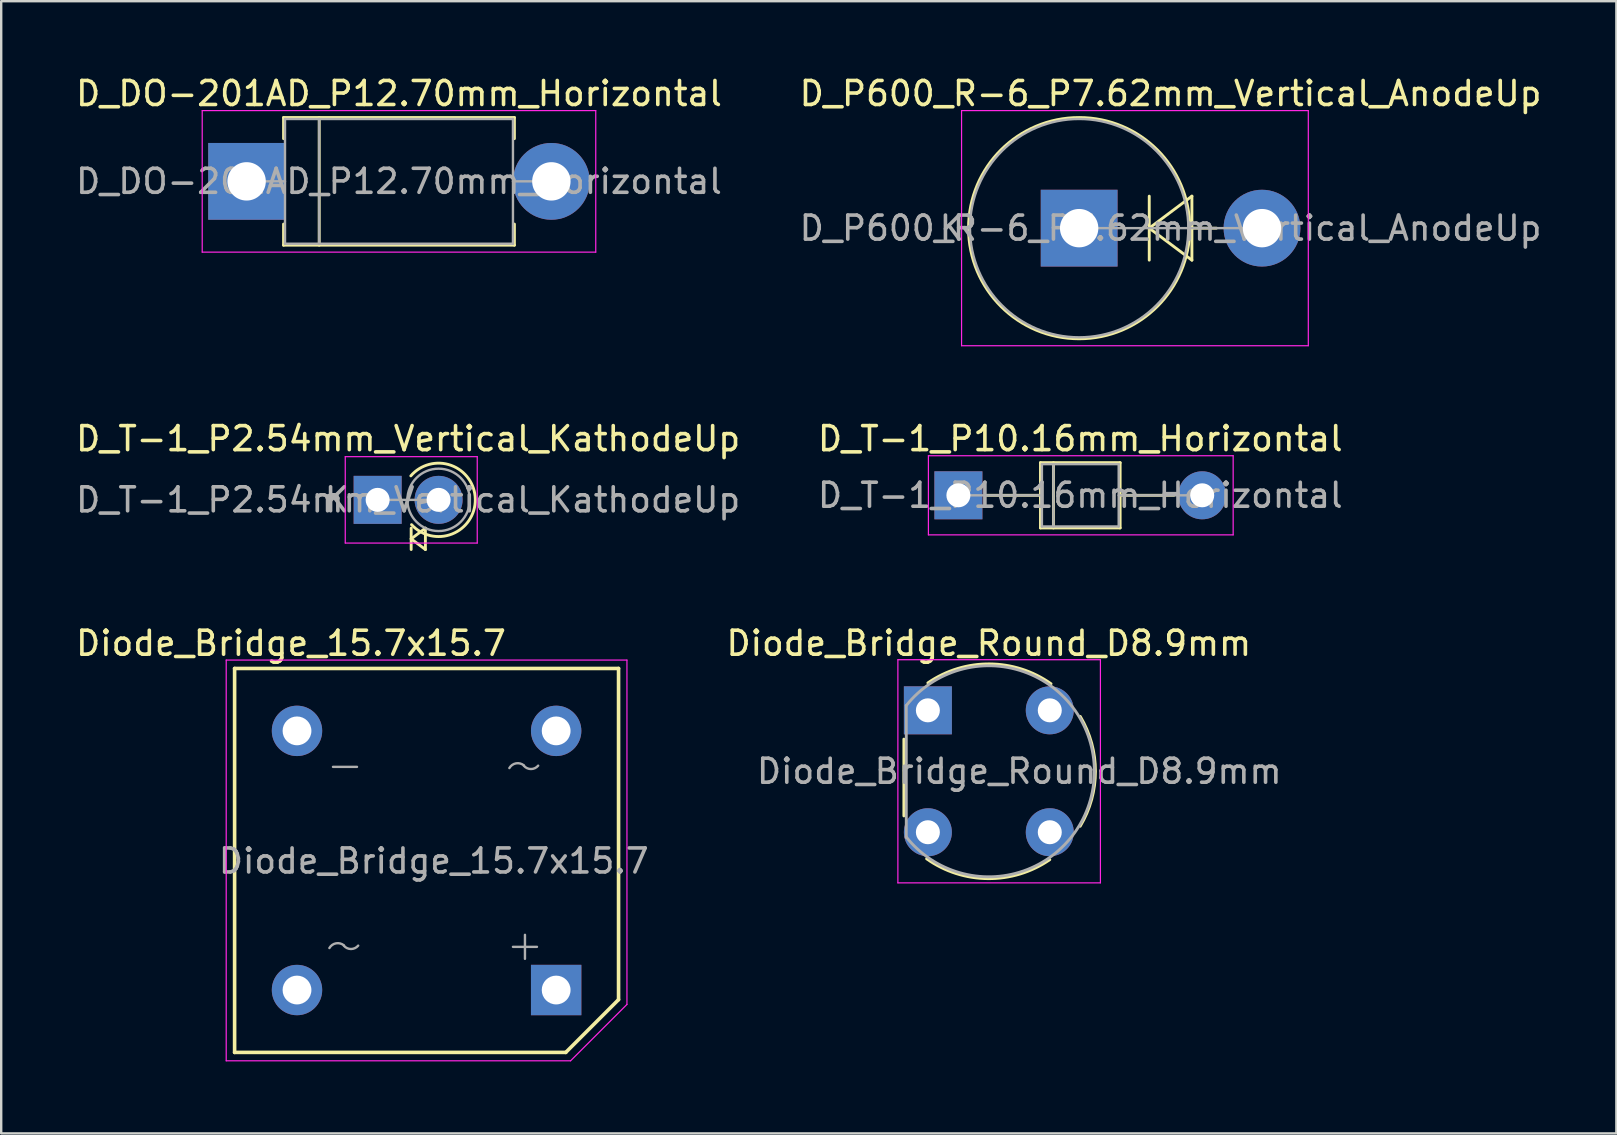
<source format=kicad_pcb>
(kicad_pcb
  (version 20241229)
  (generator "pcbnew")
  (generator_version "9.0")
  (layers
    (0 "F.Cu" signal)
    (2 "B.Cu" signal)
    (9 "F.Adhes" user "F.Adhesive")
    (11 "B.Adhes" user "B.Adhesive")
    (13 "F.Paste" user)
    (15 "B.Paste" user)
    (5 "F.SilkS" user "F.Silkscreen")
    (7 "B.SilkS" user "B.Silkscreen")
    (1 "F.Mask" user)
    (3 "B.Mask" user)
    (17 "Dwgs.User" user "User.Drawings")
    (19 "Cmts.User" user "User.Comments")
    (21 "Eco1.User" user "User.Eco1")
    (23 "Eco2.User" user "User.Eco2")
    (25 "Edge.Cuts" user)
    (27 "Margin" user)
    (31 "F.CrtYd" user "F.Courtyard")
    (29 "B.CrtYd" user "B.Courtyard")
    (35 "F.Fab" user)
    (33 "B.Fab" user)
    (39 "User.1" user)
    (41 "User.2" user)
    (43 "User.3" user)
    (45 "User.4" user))
  (footprint "D_T-1_P2.54mm_Vertical_KathodeUp"
    (layer "F.Cu")
    (at 12.688 17.781)
    (property "Reference" "D_T-1_P2.54mm_Vertical_KathodeUp" (at 1.27 -2.549 0) (layer "F.SilkS") (effects (font (size 1 1) (thickness 0.15))))
    (attr through_hole)
    (fp_line (start 1.397 1.18) (end 1.397 2.069) (stroke (width 0.12) (type solid)) (layer "F.SilkS"))
    (fp_line (start 1.397 1.625) (end 1.99 1.18) (stroke (width 0.12) (type solid)) (layer "F.SilkS"))
    (fp_line (start 1.99 1.18) (end 1.99 2.069) (stroke (width 0.12) (type solid)) (layer "F.SilkS"))
    (fp_line (start 1.99 2.069) (end 1.397 1.625) (stroke (width 0.12) (type solid)) (layer "F.SilkS"))
    (fp_arc (start 1.382778 -1) (mid 4.069276 -0.021846) (end 1.411815 1.032648) (stroke (width 0.12) (type solid)) (layer "F.SilkS"))
    (fp_line (start -1.35 -1.8) (end -1.35 1.8) (stroke (width 0.05) (type solid)) (layer "F.CrtYd"))
    (fp_line (start -1.35 1.8) (end 4.15 1.8) (stroke (width 0.05) (type solid)) (layer "F.CrtYd"))
    (fp_line (start 4.15 -1.8) (end -1.35 -1.8) (stroke (width 0.05) (type solid)) (layer "F.CrtYd"))
    (fp_line (start 4.15 1.8) (end 4.15 -1.8) (stroke (width 0.05) (type solid)) (layer "F.CrtYd"))
    (fp_line (start 0 0) (end 2.54 0) (stroke (width 0.1) (type solid)) (layer "F.Fab"))
    (fp_circle (center 2.54 0) (end 3.84 0) (stroke (width 0.1) (type solid)) (fill no) (layer "F.Fab"))
    (fp_text user "K" (at -1.7 0 0) (layer "F.Fab") (effects (font (size 1 1) (thickness 0.15))))
    (fp_text user "${REFERENCE}" (at 1.27 0 0) (layer "F.Fab") (effects (font (size 1 1) (thickness 0.15))))
    (pad "1" thru_hole rect (at 0 0) (size 2 2) (drill 1) (layers "*.Cu" "*.Mask"))
    (pad "2" thru_hole oval (at 2.54 0) (size 2 2) (drill 1) (layers "*.Cu" "*.Mask")))
  (footprint "D_T-1_P10.16mm_Horizontal"
    (layer "F.Cu")
    (at 36.89 17.591)
    (property "Reference" "D_T-1_P10.16mm_Horizontal" (at 5.08 -2.36 0) (layer "F.SilkS") (effects (font (size 1 1) (thickness 0.15))))
    (attr through_hole)
    (fp_line (start 1.18 0) (end 3.42 0) (stroke (width 0.12) (type solid)) (layer "F.SilkS"))
    (fp_line (start 3.42 -1.36) (end 3.42 1.36) (stroke (width 0.12) (type solid)) (layer "F.SilkS"))
    (fp_line (start 3.42 1.36) (end 6.74 1.36) (stroke (width 0.12) (type solid)) (layer "F.SilkS"))
    (fp_line (start 3.96 -1.36) (end 3.96 1.36) (stroke (width 0.12) (type solid)) (layer "F.SilkS"))
    (fp_line (start 6.74 -1.36) (end 3.42 -1.36) (stroke (width 0.12) (type solid)) (layer "F.SilkS"))
    (fp_line (start 6.74 1.36) (end 6.74 -1.36) (stroke (width 0.12) (type solid)) (layer "F.SilkS"))
    (fp_line (start 8.98 0) (end 6.74 0) (stroke (width 0.12) (type solid)) (layer "F.SilkS"))
    (fp_line (start -1.25 -1.65) (end -1.25 1.65) (stroke (width 0.05) (type solid)) (layer "F.CrtYd"))
    (fp_line (start -1.25 1.65) (end 11.45 1.65) (stroke (width 0.05) (type solid)) (layer "F.CrtYd"))
    (fp_line (start 11.45 -1.65) (end -1.25 -1.65) (stroke (width 0.05) (type solid)) (layer "F.CrtYd"))
    (fp_line (start 11.45 1.65) (end 11.45 -1.65) (stroke (width 0.05) (type solid)) (layer "F.CrtYd"))
    (fp_line (start 0 0) (end 3.48 0) (stroke (width 0.1) (type solid)) (layer "F.Fab"))
    (fp_line (start 3.48 -1.3) (end 3.48 1.3) (stroke (width 0.1) (type solid)) (layer "F.Fab"))
    (fp_line (start 3.48 1.3) (end 6.68 1.3) (stroke (width 0.1) (type solid)) (layer "F.Fab"))
    (fp_line (start 3.96 -1.3) (end 3.96 1.3) (stroke (width 0.1) (type solid)) (layer "F.Fab"))
    (fp_line (start 6.68 -1.3) (end 3.48 -1.3) (stroke (width 0.1) (type solid)) (layer "F.Fab"))
    (fp_line (start 6.68 1.3) (end 6.68 -1.3) (stroke (width 0.1) (type solid)) (layer "F.Fab"))
    (fp_line (start 10.16 0) (end 6.68 0) (stroke (width 0.1) (type solid)) (layer "F.Fab"))
    (fp_text user "${REFERENCE}" (at 5.08 0 0) (layer "F.Fab") (effects (font (size 1 1) (thickness 0.15))))
    (pad "1" thru_hole rect (at 0 0) (size 2 2) (drill 1) (layers "*.Cu" "*.Mask"))
    (pad "2" thru_hole oval (at 10.16 0) (size 2 2) (drill 1) (layers "*.Cu" "*.Mask")))
  (footprint "D_P600_R-6_P7.62mm_Vertical_AnodeUp"
    (layer "F.Cu")
    (at 41.922 6.458)
    (property "Reference" "D_P600_R-6_P7.62mm_Vertical_AnodeUp" (at 3.81 -5.61 0) (layer "F.SilkS") (effects (font (size 1 1) (thickness 0.15))))
    (attr through_hole)
    (fp_line (start 2.921 -1.333) (end 2.921 1.333) (stroke (width 0.12) (type solid)) (layer "F.SilkS"))
    (fp_line (start 2.921 0) (end 4.699 -1.333) (stroke (width 0.12) (type solid)) (layer "F.SilkS"))
    (fp_line (start 4.61 0) (end 5.72 0) (stroke (width 0.12) (type solid)) (layer "F.SilkS"))
    (fp_line (start 4.699 -1.333) (end 4.699 1.333) (stroke (width 0.12) (type solid)) (layer "F.SilkS"))
    (fp_line (start 4.699 1.333) (end 2.921 0) (stroke (width 0.12) (type solid)) (layer "F.SilkS"))
    (fp_circle (center 0 0) (end 4.61 0) (stroke (width 0.12) (type solid)) (fill no) (layer "F.SilkS"))
    (fp_line (start -4.9 -4.9) (end -4.9 4.9) (stroke (width 0.05) (type solid)) (layer "F.CrtYd"))
    (fp_line (start -4.9 4.9) (end 9.55 4.9) (stroke (width 0.05) (type solid)) (layer "F.CrtYd"))
    (fp_line (start 9.55 -4.9) (end -4.9 -4.9) (stroke (width 0.05) (type solid)) (layer "F.CrtYd"))
    (fp_line (start 9.55 4.9) (end 9.55 -4.9) (stroke (width 0.05) (type solid)) (layer "F.CrtYd"))
    (fp_line (start 0 0) (end 7.62 0) (stroke (width 0.1) (type solid)) (layer "F.Fab"))
    (fp_circle (center 0 0) (end 4.55 0) (stroke (width 0.1) (type solid)) (fill no) (layer "F.Fab"))
    (fp_text user "${REFERENCE}" (at 3.81 0 0) (layer "F.Fab") (effects (font (size 1 1) (thickness 0.15))))
    (fp_text user "K" (at -5.31 0 0) (layer "F.Fab") (effects (font (size 1 1) (thickness 0.15))))
    (pad "1" thru_hole rect (at 0 0) (size 3.2 3.2) (drill 1.6) (layers "*.Cu" "*.Mask"))
    (pad "2" thru_hole oval (at 7.62 0) (size 3.2 3.2) (drill 1.6) (layers "*.Cu" "*.Mask")))
  (footprint "Diode_Bridge_Round_D8.9mm"
    (layer "F.Cu")
    (at 35.618 26.552)
    (property "Reference" "Diode_Bridge_Round_D8.9mm" (at 2.54 -2.794 0) (layer "F.SilkS") (effects (font (size 1 1) (thickness 0.15))))
    (attr through_hole)
    (fp_line (start -1 1.2) (end -1 4.4) (stroke (width 0.12) (type solid)) (layer "F.SilkS"))
    (fp_arc (start 0 -1.143) (mid 2.571836 -1.933821) (end 5.132157 -1.106479) (stroke (width 0.12) (type solid)) (layer "F.SilkS"))
    (fp_arc (start 5.08 6.223) (mid 2.508164 7.013821) (end -0.052157 6.186479) (stroke (width 0.12) (type solid)) (layer "F.SilkS"))
    (fp_arc (start 6.35 0.254) (mid 6.983184 2.54281) (end 6.347105 4.830818) (stroke (width 0.12) (type solid)) (layer "F.SilkS"))
    (fp_line (start -1.25 -2.11) (end -1.25 7.19) (stroke (width 0.05) (type solid)) (layer "F.CrtYd"))
    (fp_line (start -1.25 -2.11) (end 7.19 -2.11) (stroke (width 0.05) (type solid)) (layer "F.CrtYd"))
    (fp_line (start 7.19 7.19) (end -1.25 7.19) (stroke (width 0.05) (type solid)) (layer "F.CrtYd"))
    (fp_line (start 7.19 7.19) (end 7.19 -2.11) (stroke (width 0.05) (type solid)) (layer "F.CrtYd"))
    (fp_line (start -0.9 -0.2) (end -0.9 5.3) (stroke (width 0.12) (type solid)) (layer "F.Fab"))
    (fp_arc (start -0.9 -0.2) (mid 6.937862 2.542896) (end -0.903606 5.275467) (stroke (width 0.12) (type solid)) (layer "F.Fab"))
    (fp_text user "${REFERENCE}" (at 3.81 2.54 0) (layer "F.Fab") (effects (font (size 1 1) (thickness 0.15))))
    (pad "1" thru_hole rect (at 0 0) (size 2 2) (drill 1) (layers "*.Cu" "*.Mask"))
    (pad "2" thru_hole oval (at 0 5.08) (size 2 2) (drill 1) (layers "*.Cu" "*.Mask"))
    (pad "3" thru_hole oval (at 5.08 5.08) (size 2 2) (drill 1) (layers "*.Cu" "*.Mask"))
    (pad "4" thru_hole oval (at 5.08 0) (size 2 2) (drill 1) (layers "*.Cu" "*.Mask")))
  (footprint "Diode_Bridge_15.7x15.7"
    (layer "F.Cu")
    (at 9.327 27.408)
    (property "Reference" "Diode_Bridge_15.7x15.7" (at -0.25 -3.65 0) (layer "F.SilkS") (effects (font (size 1 1) (thickness 0.15))))
    (attr through_hole)
    (fp_line (start -2.6 -2.6) (end 13.4 -2.6) (stroke (width 0.15) (type solid)) (layer "F.SilkS"))
    (fp_line (start -2.6 13.4) (end -2.6 -2.6) (stroke (width 0.15) (type solid)) (layer "F.SilkS"))
    (fp_line (start 11.2 13.4) (end -2.6 13.4) (stroke (width 0.15) (type solid)) (layer "F.SilkS"))
    (fp_line (start 13.4 -2.6) (end 13.4 11.2) (stroke (width 0.15) (type solid)) (layer "F.SilkS"))
    (fp_line (start 13.4 11.2) (end 11.2 13.4) (stroke (width 0.15) (type solid)) (layer "F.SilkS"))
    (fp_line (start -2.95 -2.95) (end 13.75 -2.95) (stroke (width 0.05) (type solid)) (layer "F.CrtYd"))
    (fp_line (start -2.95 13.75) (end -2.95 -2.95) (stroke (width 0.05) (type solid)) (layer "F.CrtYd"))
    (fp_line (start 11.4 13.75) (end -2.95 13.75) (stroke (width 0.05) (type solid)) (layer "F.CrtYd"))
    (fp_line (start 13.75 -2.95) (end 13.75 11.4) (stroke (width 0.05) (type solid)) (layer "F.CrtYd"))
    (fp_line (start 13.75 11.4) (end 11.4 13.75) (stroke (width 0.05) (type solid)) (layer "F.CrtYd"))
    (fp_line (start 2.5 1.5) (end 1.5 1.5) (stroke (width 0.1) (type solid)) (layer "F.Fab"))
    (fp_line (start 9 9) (end 10 9) (stroke (width 0.1) (type solid)) (layer "F.Fab"))
    (fp_line (start 9.5 8.5) (end 9.5 9.5) (stroke (width 0.1) (type solid)) (layer "F.Fab"))
    (fp_arc (start 1.35 9.05) (mid 1.628233 8.853327) (end 1.957738 8.940047) (stroke (width 0.1) (type solid)) (layer "F.Fab"))
    (fp_arc (start 2.55 8.95) (mid 2.251325 9.09051) (end 1.951704 8.95203) (stroke (width 0.1) (type solid)) (layer "F.Fab"))
    (fp_arc (start 8.85 1.55) (mid 9.128233 1.353327) (end 9.457738 1.440047) (stroke (width 0.1) (type solid)) (layer "F.Fab"))
    (fp_arc (start 10.05 1.45) (mid 9.751325 1.59051) (end 9.451704 1.45203) (stroke (width 0.1) (type solid)) (layer "F.Fab"))
    (fp_text user "${REFERENCE}" (at 5.7 5.423 0) (layer "F.Fab") (effects (font (size 1 1) (thickness 0.15))))
    (pad "1" thru_hole circle (at 0 0) (size 2.1 2.1) (drill 1.2) (layers "*.Cu" "*.Mask"))
    (pad "2" thru_hole circle (at 0 10.8) (size 2.1 2.1) (drill 1.2) (layers "*.Cu" "*.Mask"))
    (pad "3" thru_hole rect (at 10.8 10.8) (size 2.1 2.1) (drill 1.2) (layers "*.Cu" "*.Mask"))
    (pad "4" thru_hole circle (at 10.8 0) (size 2.1 2.1) (drill 1.2) (layers "*.Cu" "*.Mask")))
  (footprint "D_DO-201AD_P12.70mm_Horizontal"
    (layer "F.Cu")
    (at 7.227 4.508)
    (property "Reference" "D_DO-201AD_P12.70mm_Horizontal" (at 6.35 -3.66 0) (layer "F.SilkS") (effects (font (size 1 1) (thickness 0.15))))
    (attr through_hole)
    (fp_line (start 1.54 -2.66) (end 11.16 -2.66) (stroke (width 0.12) (type solid)) (layer "F.SilkS"))
    (fp_line (start 1.54 -1.78) (end 1.54 -2.66) (stroke (width 0.12) (type solid)) (layer "F.SilkS"))
    (fp_line (start 1.54 1.78) (end 1.54 2.66) (stroke (width 0.12) (type solid)) (layer "F.SilkS"))
    (fp_line (start 1.54 2.66) (end 11.16 2.66) (stroke (width 0.12) (type solid)) (layer "F.SilkS"))
    (fp_line (start 3.025 -2.66) (end 3.025 2.66) (stroke (width 0.12) (type solid)) (layer "F.SilkS"))
    (fp_line (start 11.16 -2.66) (end 11.16 -1.78) (stroke (width 0.12) (type solid)) (layer "F.SilkS"))
    (fp_line (start 11.16 2.66) (end 11.16 1.78) (stroke (width 0.12) (type solid)) (layer "F.SilkS"))
    (fp_line (start -1.85 -2.95) (end -1.85 2.95) (stroke (width 0.05) (type solid)) (layer "F.CrtYd"))
    (fp_line (start -1.85 2.95) (end 14.55 2.95) (stroke (width 0.05) (type solid)) (layer "F.CrtYd"))
    (fp_line (start 14.55 -2.95) (end -1.85 -2.95) (stroke (width 0.05) (type solid)) (layer "F.CrtYd"))
    (fp_line (start 14.55 2.95) (end 14.55 -2.95) (stroke (width 0.05) (type solid)) (layer "F.CrtYd"))
    (fp_line (start 0 0) (end 1.6 0) (stroke (width 0.1) (type solid)) (layer "F.Fab"))
    (fp_line (start 1.6 -2.6) (end 1.6 2.6) (stroke (width 0.1) (type solid)) (layer "F.Fab"))
    (fp_line (start 1.6 2.6) (end 11.1 2.6) (stroke (width 0.1) (type solid)) (layer "F.Fab"))
    (fp_line (start 3.025 -2.6) (end 3.025 2.6) (stroke (width 0.1) (type solid)) (layer "F.Fab"))
    (fp_line (start 11.1 -2.6) (end 1.6 -2.6) (stroke (width 0.1) (type solid)) (layer "F.Fab"))
    (fp_line (start 11.1 2.6) (end 11.1 -2.6) (stroke (width 0.1) (type solid)) (layer "F.Fab"))
    (fp_line (start 12.7 0) (end 11.1 0) (stroke (width 0.1) (type solid)) (layer "F.Fab"))
    (fp_text user "${REFERENCE}" (at 6.35 0 0) (layer "F.Fab") (effects (font (size 1 1) (thickness 0.15))))
    (pad "1" thru_hole rect (at 0 0) (size 3.2 3.2) (drill 1.6) (layers "*.Cu" "*.Mask"))
    (pad "2" thru_hole oval (at 12.7 0) (size 3.2 3.2) (drill 1.6) (layers "*.Cu" "*.Mask")))
  (gr_rect
    (start -3 -3)
    (end 64.31 44.183)
    (stroke (width 0.1) (type default))
    (fill no)
    (layer "Edge.Cuts")))
</source>
